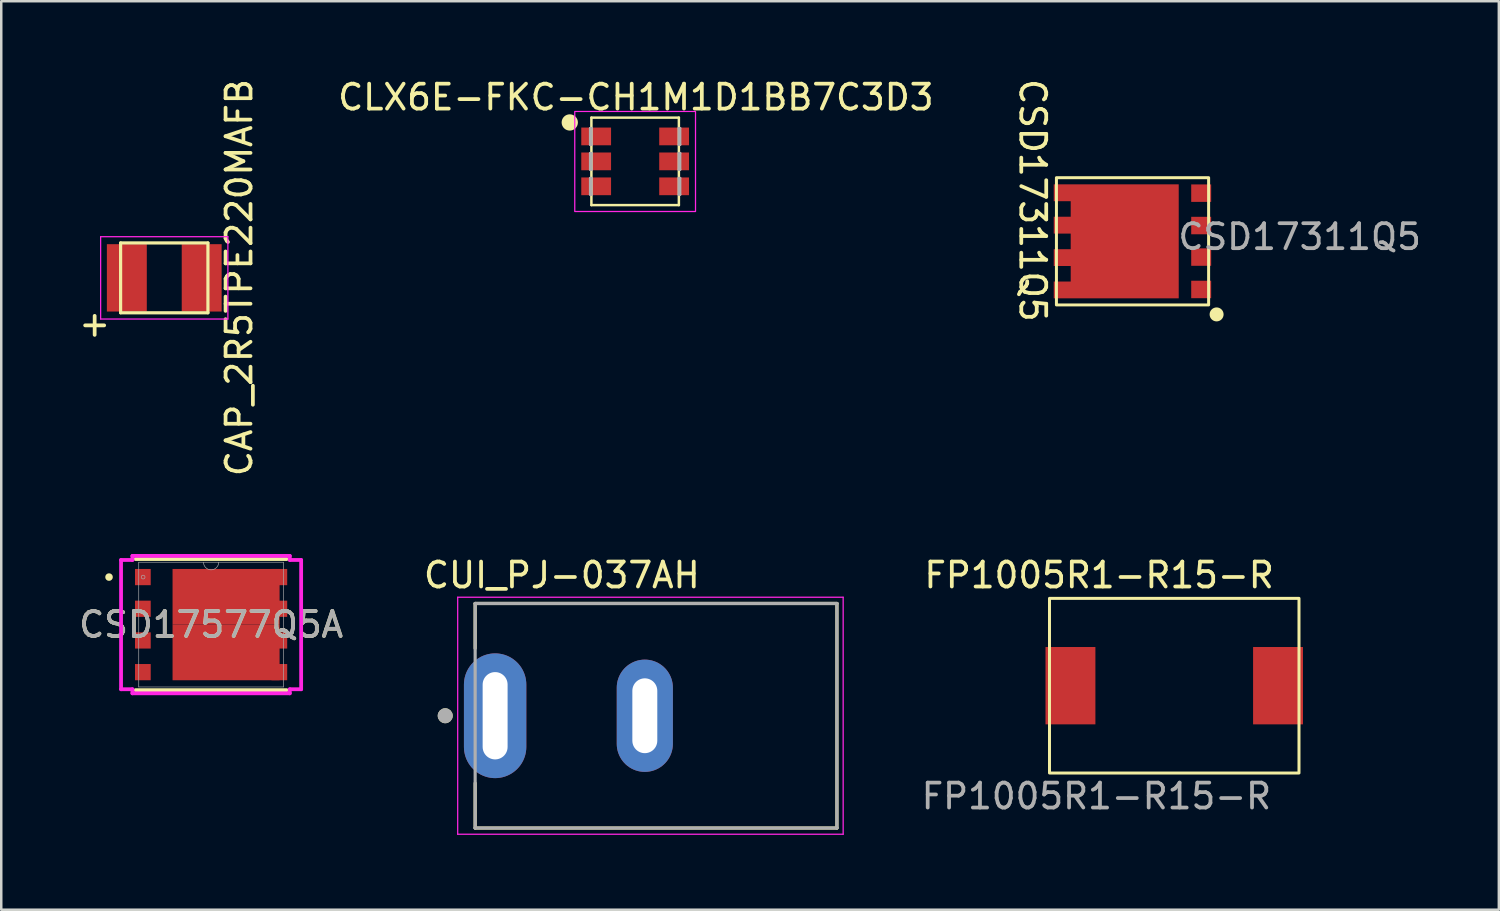
<source format=kicad_pcb>
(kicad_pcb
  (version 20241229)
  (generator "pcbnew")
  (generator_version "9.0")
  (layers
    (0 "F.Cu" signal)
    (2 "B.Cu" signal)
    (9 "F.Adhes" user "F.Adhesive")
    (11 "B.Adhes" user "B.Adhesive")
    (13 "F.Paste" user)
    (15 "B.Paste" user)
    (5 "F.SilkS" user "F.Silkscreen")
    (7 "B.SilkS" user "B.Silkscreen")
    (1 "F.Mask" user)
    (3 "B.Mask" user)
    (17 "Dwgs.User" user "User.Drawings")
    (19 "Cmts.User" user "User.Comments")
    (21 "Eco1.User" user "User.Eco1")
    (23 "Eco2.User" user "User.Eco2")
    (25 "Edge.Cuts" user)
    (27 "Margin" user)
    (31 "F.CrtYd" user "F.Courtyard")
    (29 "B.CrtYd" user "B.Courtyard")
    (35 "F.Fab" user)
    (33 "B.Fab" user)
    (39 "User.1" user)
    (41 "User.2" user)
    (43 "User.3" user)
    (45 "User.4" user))
  (footprint "CSD17311Q5"
    (layer "F.Cu")
    (at 42.343 6.622)
    (property "Reference" "CSD17311Q5" (at -4.004 -1.64 270) (unlocked yes) (layer "F.SilkS") (effects (font (size 1 1) (thickness 0.15))))
    (attr smd)
    (fp_rect (start -3.05 -2.55) (end 3.05 2.55) (stroke (width 0.12) (type solid)) (fill no) (layer "F.SilkS"))
    (fp_circle (center 3.37 2.93) (end 3.59 2.92) (stroke (width 0.12) (type solid)) (fill yes) (layer "F.SilkS"))
    (fp_poly (pts (xy -2.53 -0.38) (xy -3.09 -0.38) (xy -3.09 -0.91) (xy -2.52 -0.91)) (stroke (width 0.01) (type solid)) (fill yes) (layer "F.Paste"))
    (fp_poly (pts (xy -2.53 0.92) (xy -3.09 0.92) (xy -3.09 0.39) (xy -2.52 0.39)) (stroke (width 0.01) (type solid)) (fill yes) (layer "F.Paste"))
    (fp_poly (pts (xy -2.51 -1.67) (xy -3.07 -1.67) (xy -3.07 -2.2) (xy -2.5 -2.2)) (stroke (width 0.01) (type solid)) (fill yes) (layer "F.Paste"))
    (fp_poly (pts (xy -2.51 2.22) (xy -3.07 2.22) (xy -3.07 1.69) (xy -2.5 1.69)) (stroke (width 0.01) (type solid)) (fill yes) (layer "F.Paste"))
    (fp_poly (pts (xy 1.68 2.08) (xy -2.3 2.08) (xy -2.3 0.16) (xy 1.68 0.16)) (stroke (width 0.01) (type solid)) (fill yes) (layer "F.Paste"))
    (fp_poly (pts (xy 1.69 -0.2) (xy -2.29 -0.2) (xy -2.29 -2.12) (xy 1.69 -2.12)) (stroke (width 0.01) (type solid)) (fill yes) (layer "F.Paste"))
    (fp_text user "${REFERENCE}" (at 6.7 -0.18 0) (unlocked yes) (layer "F.Fab") (effects (font (size 1 1) (thickness 0.15))))
    (pad "1" smd rect (at 2.752 1.93 90) (size 0.7 0.8) (layers "F.Cu" "F.Mask" "F.Paste"))
    (pad "2" smd rect (at 2.752 0.632 90) (size 0.7 0.8) (layers "F.Cu" "F.Mask" "F.Paste"))
    (pad "3" smd rect (at 2.752 -0.632 270) (size 0.7 0.8) (layers "F.Cu" "F.Mask" "F.Paste"))
    (pad "4" smd rect (at 2.752 -1.93 90) (size 0.7 0.8) (layers "F.Cu" "F.Mask" "F.Paste"))
    (pad "5" smd custom (at 1.847 -2.28) (size 0.01 0.01) (layers "F.Cu" "F.Mask") (options (anchor rect)) (primitives (gr_poly (pts (xy 0 0) (xy 0 4.56) (xy -5 4.56) (xy -5 3.898) (xy -4.32 3.898) (xy -4.32 3.265) (xy -5 3.265) (xy -5 2.6) (xy -4.32 2.6) (xy -4.32 1.966) (xy -5 1.966) (xy -5 1.301) (xy -4.32 1.301) (xy -4.32 0.668) (xy -5 0.668) (xy -5 0)) (width 0.01) (fill yes)))))
  (footprint "CSD17577Q5A"
    (layer "F.Cu")
    (at 5.411 21.985)
    (property "Reference" "CSD17577Q5A" (at 0 0 0) (unlocked yes) (layer "F.SilkS") (effects (font (size 1 1) (thickness 0.15))))
    (attr smd)
    (fp_poly (pts (xy 2.745 -2.23) (xy -1.545 -2.23) (xy -1.545 0) (xy 2.745 0)) (stroke (width 0) (type solid)) (fill yes) (layer "F.Cu"))
    (fp_poly (pts (xy 2.745 2.23) (xy -1.545 2.23) (xy -1.545 0) (xy 2.745 0)) (stroke (width 0) (type solid)) (fill yes) (layer "F.Cu"))
    (fp_poly (pts (xy -3.12 -2.3) (xy -3.12 -1.51) (xy -2.35 -1.51) (xy -2.35 -2.3)) (stroke (width 0) (type solid)) (fill yes) (layer "F.Mask"))
    (fp_poly (pts (xy -3.12 -1.03) (xy -3.12 -0.24) (xy -2.35 -0.24) (xy -2.35 -1.03)) (stroke (width 0) (type solid)) (fill yes) (layer "F.Mask"))
    (fp_poly (pts (xy -3.12 0.24) (xy -3.12 1.03) (xy -2.35 1.03) (xy -2.35 0.24)) (stroke (width 0) (type solid)) (fill yes) (layer "F.Mask"))
    (fp_poly (pts (xy -3.12 1.51) (xy -3.12 2.3) (xy -2.35 2.3) (xy -2.35 1.51)) (stroke (width 0) (type solid)) (fill yes) (layer "F.Mask"))
    (fp_poly (pts (xy 2.35 -2.3) (xy 2.35 -1.51) (xy 3.12 -1.51) (xy 3.12 -2.3)) (stroke (width 0) (type solid)) (fill yes) (layer "F.Mask"))
    (fp_poly (pts (xy 2.35 -1.03) (xy 2.35 -0.24) (xy 3.12 -0.24) (xy 3.12 -1.03)) (stroke (width 0) (type solid)) (fill yes) (layer "F.Mask"))
    (fp_poly (pts (xy 2.35 0.24) (xy 2.35 1.03) (xy 3.12 1.03) (xy 3.12 0.24)) (stroke (width 0) (type solid)) (fill yes) (layer "F.Mask"))
    (fp_poly (pts (xy 2.35 1.51) (xy 2.35 2.3) (xy 3.12 2.3) (xy 3.12 1.51)) (stroke (width 0) (type solid)) (fill yes) (layer "F.Mask"))
    (fp_poly (pts (xy 2.745 -2.23) (xy -1.545 -2.23) (xy -1.545 0) (xy 2.745 0)) (stroke (width 0) (type solid)) (fill yes) (layer "F.Mask"))
    (fp_poly (pts (xy 2.745 2.23) (xy -1.545 2.23) (xy -1.545 0) (xy 2.745 0)) (stroke (width 0) (type solid)) (fill yes) (layer "F.Mask"))
    (fp_line (start -3.027 2.627) (end 3.027 2.627) (stroke (width 0.152) (type solid)) (layer "F.SilkS"))
    (fp_line (start 3.027 -2.627) (end -3.027 -2.627) (stroke (width 0.152) (type solid)) (layer "F.SilkS"))
    (fp_circle (center -4.091 -1.905) (end -4.015 -1.905) (stroke (width 0.152) (type solid)) (fill no) (layer "F.SilkS"))
    (fp_poly (pts (xy -0.18 -0.31) (xy -1.415 -0.31) (xy -1.415 -1.88) (xy -0.18 -1.88)) (stroke (width 0) (type solid)) (fill yes) (layer "F.Paste"))
    (fp_poly (pts (xy -0.18 0.31) (xy -1.415 0.31) (xy -1.415 1.88) (xy -0.18 1.88)) (stroke (width 0) (type solid)) (fill yes) (layer "F.Paste"))
    (fp_poly (pts (xy 0.32 -0.31) (xy 1.905 -0.31) (xy 1.905 -1.88) (xy 0.32 -1.88)) (stroke (width 0) (type solid)) (fill yes) (layer "F.Paste"))
    (fp_poly (pts (xy 0.32 0.31) (xy 1.905 0.31) (xy 1.905 1.88) (xy 0.32 1.88)) (stroke (width 0) (type solid)) (fill yes) (layer "F.Paste"))
    (fp_line (start -3.609 -2.591) (end -3.154 -2.591) (stroke (width 0.152) (type solid)) (layer "F.CrtYd"))
    (fp_line (start -3.609 2.591) (end -3.609 -2.591) (stroke (width 0.152) (type solid)) (layer "F.CrtYd"))
    (fp_line (start -3.609 2.591) (end -3.154 2.591) (stroke (width 0.152) (type solid)) (layer "F.CrtYd"))
    (fp_line (start -3.154 -2.754) (end 3.154 -2.754) (stroke (width 0.152) (type solid)) (layer "F.CrtYd"))
    (fp_line (start -3.154 -2.591) (end -3.154 -2.754) (stroke (width 0.152) (type solid)) (layer "F.CrtYd"))
    (fp_line (start -3.154 2.754) (end -3.154 2.591) (stroke (width 0.152) (type solid)) (layer "F.CrtYd"))
    (fp_line (start 3.154 -2.754) (end 3.154 -2.591) (stroke (width 0.152) (type solid)) (layer "F.CrtYd"))
    (fp_line (start 3.154 2.591) (end 3.154 2.754) (stroke (width 0.152) (type solid)) (layer "F.CrtYd"))
    (fp_line (start 3.154 2.754) (end -3.154 2.754) (stroke (width 0.152) (type solid)) (layer "F.CrtYd"))
    (fp_line (start 3.609 -2.591) (end 3.154 -2.591) (stroke (width 0.152) (type solid)) (layer "F.CrtYd"))
    (fp_line (start 3.609 -2.591) (end 3.609 2.591) (stroke (width 0.152) (type solid)) (layer "F.CrtYd"))
    (fp_line (start 3.609 2.591) (end 3.154 2.591) (stroke (width 0.152) (type solid)) (layer "F.CrtYd"))
    (fp_line (start -2.9 -2.5) (end -2.9 2.5) (stroke (width 0.025) (type solid)) (layer "F.Fab"))
    (fp_line (start -2.9 2.5) (end 2.9 2.5) (stroke (width 0.025) (type solid)) (layer "F.Fab"))
    (fp_line (start 2.9 -2.5) (end -2.9 -2.5) (stroke (width 0.025) (type solid)) (layer "F.Fab"))
    (fp_line (start 2.9 2.5) (end 2.9 -2.5) (stroke (width 0.025) (type solid)) (layer "F.Fab"))
    (fp_arc (start 0.3048 -2.5) (mid 0 -2.1952) (end -0.3048 -2.5) (stroke (width 0.0254) (type solid)) (layer "F.Fab"))
    (fp_circle (center -2.725 -1.905) (end -2.649 -1.905) (stroke (width 0.025) (type solid)) (fill no) (layer "F.Fab"))
    (fp_text user "${REFERENCE}" (at 0 0 0) (unlocked yes) (layer "F.Fab") (effects (font (size 1 1) (thickness 0.15))))
    (pad "1" smd rect (at -2.735 -1.905) (size 0.63 0.65) (layers "F.Cu" "F.Mask" "F.Paste"))
    (pad "2" smd rect (at -2.735 -0.635) (size 0.63 0.65) (layers "F.Cu" "F.Mask" "F.Paste"))
    (pad "3" smd rect (at -2.735 0.635) (size 0.63 0.65) (layers "F.Cu" "F.Mask" "F.Paste"))
    (pad "4" smd rect (at -2.735 1.905) (size 0.63 0.65) (layers "F.Cu" "F.Mask" "F.Paste"))
    (pad "5" smd rect (at 2.735 1.905) (size 0.63 0.65) (layers "F.Cu" "F.Mask" "F.Paste"))
    (pad "6" smd rect (at 2.735 0.635) (size 0.63 0.65) (layers "F.Cu" "F.Mask" "F.Paste"))
    (pad "7" smd rect (at 2.735 -0.635) (size 0.63 0.65) (layers "F.Cu" "F.Mask" "F.Paste"))
    (pad "8" smd rect (at 2.735 -1.905) (size 0.63 0.65) (layers "F.Cu" "F.Mask" "F.Paste")))
  (footprint "CUI_PJ-037AH"
    (layer "F.Cu")
    (at 16.795 25.638)
    (property "Reference" "CUI_PJ-037AH" (at 2.675 -5.635 0) (layer "F.SilkS") (effects (font (size 1 1) (thickness 0.15))))
    (attr through_hole)
    (fp_line (start -0.8 -4.5) (end 13.7 -4.5) (stroke (width 0.127) (type solid)) (layer "F.SilkS"))
    (fp_line (start -0.8 -2.7) (end -0.8 -4.5) (stroke (width 0.127) (type solid)) (layer "F.SilkS"))
    (fp_line (start -0.8 4.5) (end -0.8 2.7) (stroke (width 0.127) (type solid)) (layer "F.SilkS"))
    (fp_line (start 13.7 -4.5) (end 13.7 4.5) (stroke (width 0.127) (type solid)) (layer "F.SilkS"))
    (fp_line (start 13.7 4.5) (end -0.8 4.5) (stroke (width 0.127) (type solid)) (layer "F.SilkS"))
    (fp_circle (center -2 0) (end -1.85 0) (stroke (width 0.3) (type solid)) (fill no) (layer "F.SilkS"))
    (fp_line (start -1.5 -4.75) (end -1.5 4.75) (stroke (width 0.05) (type solid)) (layer "F.CrtYd"))
    (fp_line (start -1.5 -4.75) (end 13.95 -4.75) (stroke (width 0.05) (type solid)) (layer "F.CrtYd"))
    (fp_line (start 13.95 -4.75) (end 13.95 4.75) (stroke (width 0.05) (type solid)) (layer "F.CrtYd"))
    (fp_line (start 13.95 4.75) (end -1.5 4.75) (stroke (width 0.05) (type solid)) (layer "F.CrtYd"))
    (fp_line (start -0.8 -4.5) (end 13.7 -4.5) (stroke (width 0.127) (type solid)) (layer "F.Fab"))
    (fp_line (start -0.8 4.5) (end -0.8 -4.5) (stroke (width 0.127) (type solid)) (layer "F.Fab"))
    (fp_line (start 13.7 -4.5) (end 13.7 4.5) (stroke (width 0.127) (type solid)) (layer "F.Fab"))
    (fp_line (start 13.7 4.5) (end -0.8 4.5) (stroke (width 0.127) (type solid)) (layer "F.Fab"))
    (fp_circle (center -2 0) (end -1.85 0) (stroke (width 0.3) (type solid)) (fill no) (layer "F.Fab"))
    (pad "1" thru_hole oval (at 0 0) (size 2.5 5) (drill oval 1 3.5) (layers "*.Cu" "*.Mask"))
    (pad "2" thru_hole oval (at 6 0) (size 2.25 4.5) (drill oval 1 3) (layers "*.Cu" "*.Mask")))
  (footprint "CAP_2R5TPE220MAFB"
    (layer "F.Cu")
    (at 3.534 8.087)
    (property "Reference" "CAP_2R5TPE220MAFB" (at 3.002 -0.01 270) (layer "F.SilkS") (effects (font (size 1 1) (thickness 0.15))))
    (attr smd)
    (fp_line (start -1.75 -1.4) (end -1.75 1.4) (stroke (width 0.127) (type solid)) (layer "F.SilkS"))
    (fp_line (start -1.75 -1.4) (end 1.75 -1.4) (stroke (width 0.127) (type solid)) (layer "F.SilkS"))
    (fp_line (start -1.75 1.4) (end 1.75 1.4) (stroke (width 0.127) (type solid)) (layer "F.SilkS"))
    (fp_line (start 1.75 -1.4) (end 1.75 1.4) (stroke (width 0.127) (type solid)) (layer "F.SilkS"))
    (fp_line (start -2.55 -1.65) (end -2.55 1.65) (stroke (width 0.05) (type solid)) (layer "F.CrtYd"))
    (fp_line (start -2.55 1.65) (end 2.55 1.65) (stroke (width 0.05) (type solid)) (layer "F.CrtYd"))
    (fp_line (start 2.55 -1.65) (end -2.55 -1.65) (stroke (width 0.05) (type solid)) (layer "F.CrtYd"))
    (fp_line (start 2.55 1.65) (end 2.55 -1.65) (stroke (width 0.05) (type solid)) (layer "F.CrtYd"))
    (fp_text user "+" (at -2.79 1.83 0) (unlocked yes) (layer "F.SilkS") (effects (font (size 1 1) (thickness 0.15))))
    (pad "1" smd rect (at -1.5 0) (size 1.6 2.7) (layers "F.Cu" "F.Mask" "F.Paste"))
    (pad "2" smd rect (at 1.5 0) (size 1.6 2.7) (layers "F.Cu" "F.Mask" "F.Paste")))
  (footprint "CLX6E-FKC-CH1M1D1BB7C3D3"
    (layer "F.Cu")
    (at 22.407 3.418)
    (property "Reference" "CLX6E-FKC-CH1M1D1BB7C3D3" (at 0.03 -2.57 0) (layer "F.SilkS") (effects (font (size 1 1) (thickness 0.15))))
    (attr through_hole)
    (fp_line (start -1.753 -1.753) (end -1.753 1.753) (stroke (width 0.1) (type solid)) (layer "F.SilkS"))
    (fp_line (start -1.753 1.753) (end 1.753 1.753) (stroke (width 0.1) (type solid)) (layer "F.SilkS"))
    (fp_line (start 1.753 -1.753) (end -1.753 -1.753) (stroke (width 0.1) (type solid)) (layer "F.SilkS"))
    (fp_line (start 1.753 1.753) (end 1.753 -1.753) (stroke (width 0.1) (type solid)) (layer "F.SilkS"))
    (fp_circle (center -2.62 -1.56) (end -2.354 -1.56) (stroke (width 0.12) (type solid)) (fill yes) (layer "F.SilkS"))
    (fp_rect (start -2.42 -2) (end 2.42 2.01) (stroke (width 0.05) (type solid)) (fill no) (layer "F.CrtYd"))
    (fp_line (start -1.803 -1.33) (end -1.803 -0.67) (stroke (width 0.1) (type solid)) (layer "F.Fab"))
    (fp_line (start -1.803 -0.67) (end -1.753 -0.67) (stroke (width 0.1) (type solid)) (layer "F.Fab"))
    (fp_line (start -1.803 -0.33) (end -1.803 0.33) (stroke (width 0.1) (type solid)) (layer "F.Fab"))
    (fp_line (start -1.803 0.33) (end -1.753 0.33) (stroke (width 0.1) (type solid)) (layer "F.Fab"))
    (fp_line (start -1.803 0.67) (end -1.803 1.33) (stroke (width 0.1) (type solid)) (layer "F.Fab"))
    (fp_line (start -1.803 1.33) (end -1.753 1.33) (stroke (width 0.1) (type solid)) (layer "F.Fab"))
    (fp_line (start -1.753 -1.33) (end -1.803 -1.33) (stroke (width 0.1) (type solid)) (layer "F.Fab"))
    (fp_line (start -1.753 -0.67) (end -1.753 -1.33) (stroke (width 0.1) (type solid)) (layer "F.Fab"))
    (fp_line (start -1.753 -0.33) (end -1.803 -0.33) (stroke (width 0.1) (type solid)) (layer "F.Fab"))
    (fp_line (start -1.753 0.33) (end -1.753 -0.33) (stroke (width 0.1) (type solid)) (layer "F.Fab"))
    (fp_line (start -1.753 0.67) (end -1.803 0.67) (stroke (width 0.1) (type solid)) (layer "F.Fab"))
    (fp_line (start -1.753 1.33) (end -1.753 0.67) (stroke (width 0.1) (type solid)) (layer "F.Fab"))
    (fp_line (start 1.753 -1.33) (end 1.753 -0.67) (stroke (width 0.1) (type solid)) (layer "F.Fab"))
    (fp_line (start 1.753 -0.67) (end 1.803 -0.67) (stroke (width 0.1) (type solid)) (layer "F.Fab"))
    (fp_line (start 1.753 -0.33) (end 1.753 0.33) (stroke (width 0.1) (type solid)) (layer "F.Fab"))
    (fp_line (start 1.753 0.33) (end 1.803 0.33) (stroke (width 0.1) (type solid)) (layer "F.Fab"))
    (fp_line (start 1.753 0.67) (end 1.753 1.33) (stroke (width 0.1) (type solid)) (layer "F.Fab"))
    (fp_line (start 1.753 1.33) (end 1.803 1.33) (stroke (width 0.1) (type solid)) (layer "F.Fab"))
    (fp_line (start 1.803 -1.33) (end 1.753 -1.33) (stroke (width 0.1) (type solid)) (layer "F.Fab"))
    (fp_line (start 1.803 -0.67) (end 1.803 -1.33) (stroke (width 0.1) (type solid)) (layer "F.Fab"))
    (fp_line (start 1.803 -0.33) (end 1.753 -0.33) (stroke (width 0.1) (type solid)) (layer "F.Fab"))
    (fp_line (start 1.803 0.33) (end 1.803 -0.33) (stroke (width 0.1) (type solid)) (layer "F.Fab"))
    (fp_line (start 1.803 0.67) (end 1.753 0.67) (stroke (width 0.1) (type solid)) (layer "F.Fab"))
    (fp_line (start 1.803 1.33) (end 1.803 0.67) (stroke (width 0.1) (type solid)) (layer "F.Fab"))
    (pad "1" smd rect (at -1.562 -1) (size 1.194 0.711) (layers "F.Cu" "F.Mask" "F.Paste"))
    (pad "2" smd rect (at -1.562 0) (size 1.194 0.711) (layers "F.Cu" "F.Mask" "F.Paste"))
    (pad "3" smd rect (at -1.562 1) (size 1.194 0.711) (layers "F.Cu" "F.Mask" "F.Paste"))
    (pad "4" smd rect (at 1.562 1) (size 1.194 0.711) (layers "F.Cu" "F.Mask" "F.Paste"))
    (pad "5" smd rect (at 1.562 0) (size 1.194 0.711) (layers "F.Cu" "F.Mask" "F.Paste"))
    (pad "6" smd rect (at 1.562 -1) (size 1.194 0.711) (layers "F.Cu" "F.Mask" "F.Paste")))
  (footprint "FP1005R1-R15-R"
    (layer "F.Cu")
    (at 44.015 24.433)
    (property "Reference" "FP1005R1-R15-R" (at -3.01 -4.43 0) (unlocked yes) (layer "F.SilkS") (effects (font (size 1 1) (thickness 0.15))))
    (attr smd)
    (fp_rect (start -5 -3.5) (end 5 3.5) (stroke (width 0.12) (type solid)) (fill no) (layer "F.SilkS"))
    (fp_text user "${REFERENCE}" (at -3.12 4.43 0) (unlocked yes) (layer "F.Fab") (effects (font (size 1 1) (thickness 0.15))))
    (pad "1" smd rect (at -4.16 0) (size 2 3.1) (layers "F.Cu" "F.Mask" "F.Paste"))
    (pad "2" smd rect (at 4.16 0) (size 2 3.1) (layers "F.Cu" "F.Mask" "F.Paste")))
  (gr_rect
    (start -3 -3)
    (end 57.025 33.413)
    (stroke (width 0.1) (type default))
    (fill no)
    (layer "Edge.Cuts")))
</source>
